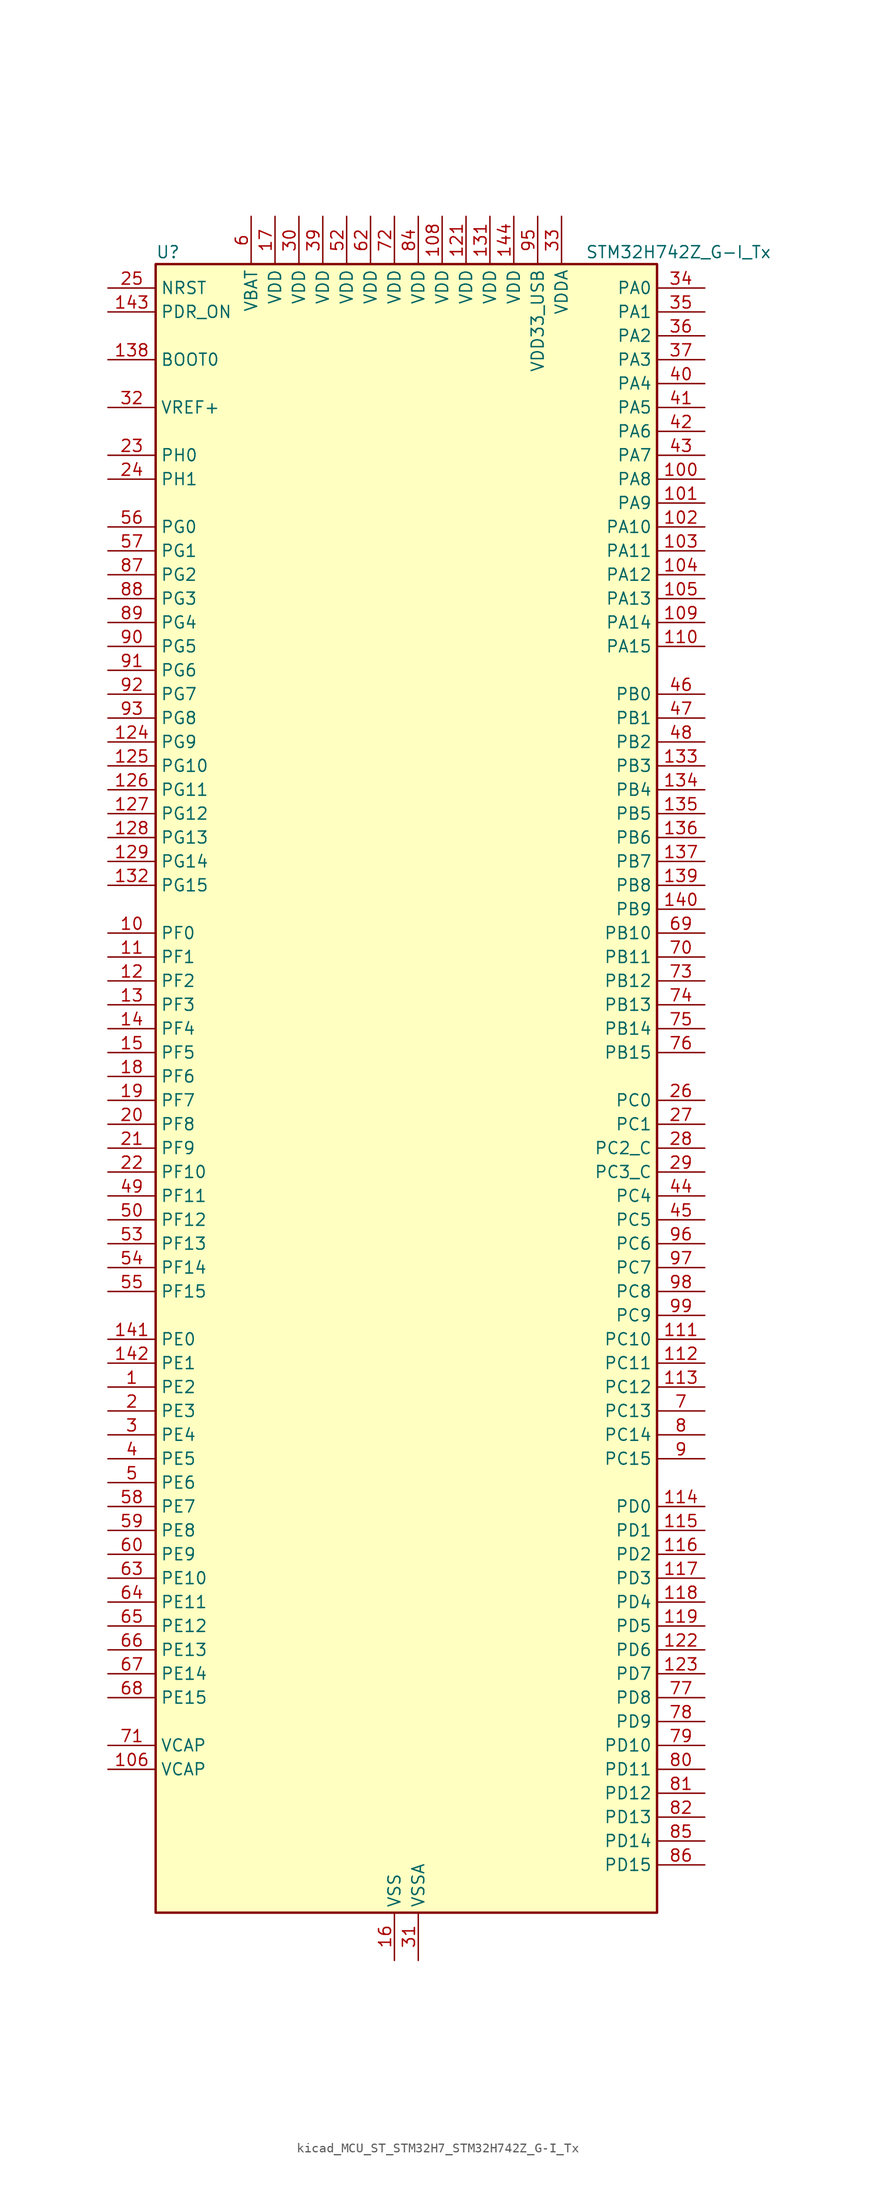
<source format=kicad_sym>
(kicad_symbol_lib
  (version 20220914)
  (generator kicad_symbol_editor)
  (symbol "kicad_MCU_ST_STM32H7_STM32H742Z_G-I_Tx"
    (property "Reference" "U"
      (at -25.4 90.17 0)
      (effects (font (size 1.27 1.27)) (justify left)))
    (property "Value" "STM32H742Z_G-I_Tx"
      (at 20.32 90.17 0)
      (effects (font (size 1.27 1.27)) (justify left)))
    (property "ki_locked" ""
      (at 0 0 0)
      (effects (font (size 1.27 1.27))))
    (symbol "kicad_MCU_ST_STM32H7_STM32H742Z_G-I_Tx_0_1"
      (rectangle (start -25.4 -86.36) (end 27.94 88.9) (stroke (width 0.254) (type default)) (fill (type background))))
    (symbol "kicad_MCU_ST_STM32H7_STM32H742Z_G-I_Tx_1_1"
      (pin bidirectional line (at -30.48 -30.48 0) (length 5.08) (name "PE2" (effects (font (size 1.27 1.27)))) (number "1" (effects (font (size 1.27 1.27)))) (alternate "DEBUG_TRACECLK" bidirectional line) (alternate "ETH_TXD3" bidirectional line) (alternate "FMC_A23" bidirectional line) (alternate "QUADSPI_BK1_IO2" bidirectional line) (alternate "SAI1_CK1" bidirectional line) (alternate "SAI1_MCLK_A" bidirectional line) (alternate "SAI4_CK1" bidirectional line) (alternate "SAI4_MCLK_A" bidirectional line) (alternate "SPI4_SCK" bidirectional line))
      (pin bidirectional line (at -30.48 17.78 0) (length 5.08) (name "PF0" (effects (font (size 1.27 1.27)))) (number "10" (effects (font (size 1.27 1.27)))) (alternate "FMC_A0" bidirectional line) (alternate "I2C2_SDA" bidirectional line))
      (pin bidirectional line (at 33.02 66.04 180) (length 5.08) (name "PA8" (effects (font (size 1.27 1.27)))) (number "100" (effects (font (size 1.27 1.27)))) (alternate "HRTIM_CHB2" bidirectional line) (alternate "I2C3_SCL" bidirectional line) (alternate "RCC_MCO_1" bidirectional line) (alternate "TIM1_CH1" bidirectional line) (alternate "TIM8_BKIN2" bidirectional line) (alternate "TIM8_BKIN2_COMP1" bidirectional line) (alternate "TIM8_BKIN2_COMP2" bidirectional line) (alternate "UART7_RX" bidirectional line) (alternate "USART1_CK" bidirectional line) (alternate "USB_OTG_FS_SOF" bidirectional line))
      (pin bidirectional line (at 33.02 63.5 180) (length 5.08) (name "PA9" (effects (font (size 1.27 1.27)))) (number "101" (effects (font (size 1.27 1.27)))) (alternate "DAC1_EXTI9" bidirectional line) (alternate "DCMI_D0" bidirectional line) (alternate "HRTIM_CHC1" bidirectional line) (alternate "I2C3_SMBA" bidirectional line) (alternate "I2S2_CK" bidirectional line) (alternate "LPUART1_TX" bidirectional line) (alternate "SPI2_SCK" bidirectional line) (alternate "TIM1_CH2" bidirectional line) (alternate "USART1_TX" bidirectional line) (alternate "USB_OTG_FS_VBUS" bidirectional line))
      (pin bidirectional line (at 33.02 60.96 180) (length 5.08) (name "PA10" (effects (font (size 1.27 1.27)))) (number "102" (effects (font (size 1.27 1.27)))) (alternate "DCMI_D1" bidirectional line) (alternate "HRTIM_CHC2" bidirectional line) (alternate "LPUART1_RX" bidirectional line) (alternate "MDIOS_MDIO" bidirectional line) (alternate "TIM1_CH3" bidirectional line) (alternate "USART1_RX" bidirectional line) (alternate "USB_OTG_FS_ID" bidirectional line))
      (pin bidirectional line (at 33.02 58.42 180) (length 5.08) (name "PA11" (effects (font (size 1.27 1.27)))) (number "103" (effects (font (size 1.27 1.27)))) (alternate "ADC1_EXTI11" bidirectional line) (alternate "ADC2_EXTI11" bidirectional line) (alternate "ADC3_EXTI11" bidirectional line) (alternate "FDCAN1_RX" bidirectional line) (alternate "HRTIM_CHD1" bidirectional line) (alternate "I2S2_WS" bidirectional line) (alternate "LPUART1_CTS" bidirectional line) (alternate "SPI2_NSS" bidirectional line) (alternate "TIM1_CH4" bidirectional line) (alternate "UART4_RX" bidirectional line) (alternate "USART1_CTS" bidirectional line) (alternate "USART1_NSS" bidirectional line) (alternate "USB_OTG_FS_DM" bidirectional line))
      (pin bidirectional line (at 33.02 55.88 180) (length 5.08) (name "PA12" (effects (font (size 1.27 1.27)))) (number "104" (effects (font (size 1.27 1.27)))) (alternate "FDCAN1_TX" bidirectional line) (alternate "HRTIM_CHD2" bidirectional line) (alternate "I2S2_CK" bidirectional line) (alternate "LPUART1_DE" bidirectional line) (alternate "LPUART1_RTS" bidirectional line) (alternate "SAI2_FS_B" bidirectional line) (alternate "SPI2_SCK" bidirectional line) (alternate "TIM1_ETR" bidirectional line) (alternate "UART4_TX" bidirectional line) (alternate "USART1_DE" bidirectional line) (alternate "USART1_RTS" bidirectional line) (alternate "USB_OTG_FS_DP" bidirectional line))
      (pin bidirectional line (at 33.02 53.34 180) (length 5.08) (name "PA13" (effects (font (size 1.27 1.27)))) (number "105" (effects (font (size 1.27 1.27)))) (alternate "DEBUG_JTMS-SWDIO" bidirectional line))
      (pin power_out line (at -30.48 -71.12 0) (length 5.08) (name "VCAP" (effects (font (size 1.27 1.27)))) (number "106" (effects (font (size 1.27 1.27)))))
      (pin passive line (at 0 -91.44 90) (length 5.08) hide (name "VSS" (effects (font (size 1.27 1.27)))) (number "107" (effects (font (size 1.27 1.27)))))
      (pin power_in line (at 5.08 93.98 270) (length 5.08) (name "VDD" (effects (font (size 1.27 1.27)))) (number "108" (effects (font (size 1.27 1.27)))))
      (pin bidirectional line (at 33.02 50.8 180) (length 5.08) (name "PA14" (effects (font (size 1.27 1.27)))) (number "109" (effects (font (size 1.27 1.27)))) (alternate "DEBUG_JTCK-SWCLK" bidirectional line))
      (pin bidirectional line (at -30.48 15.24 0) (length 5.08) (name "PF1" (effects (font (size 1.27 1.27)))) (number "11" (effects (font (size 1.27 1.27)))) (alternate "FMC_A1" bidirectional line) (alternate "I2C2_SCL" bidirectional line))
      (pin bidirectional line (at 33.02 48.26 180) (length 5.08) (name "PA15" (effects (font (size 1.27 1.27)))) (number "110" (effects (font (size 1.27 1.27)))) (alternate "ADC1_EXTI15" bidirectional line) (alternate "ADC2_EXTI15" bidirectional line) (alternate "ADC3_EXTI15" bidirectional line) (alternate "CEC" bidirectional line) (alternate "DEBUG_JTDI" bidirectional line) (alternate "HRTIM_FLT1" bidirectional line) (alternate "I2S1_WS" bidirectional line) (alternate "I2S3_WS" bidirectional line) (alternate "SPI1_NSS" bidirectional line) (alternate "SPI3_NSS" bidirectional line) (alternate "SPI6_NSS" bidirectional line) (alternate "TIM2_CH1" bidirectional line) (alternate "TIM2_ETR" bidirectional line) (alternate "UART4_DE" bidirectional line) (alternate "UART4_RTS" bidirectional line) (alternate "UART7_TX" bidirectional line))
      (pin bidirectional line (at 33.02 -25.4 180) (length 5.08) (name "PC10" (effects (font (size 1.27 1.27)))) (number "111" (effects (font (size 1.27 1.27)))) (alternate "DCMI_D8" bidirectional line) (alternate "DFSDM1_CKIN5" bidirectional line) (alternate "HRTIM_EEV1" bidirectional line) (alternate "I2S3_CK" bidirectional line) (alternate "QUADSPI_BK1_IO1" bidirectional line) (alternate "SDMMC1_D2" bidirectional line) (alternate "SPI3_SCK" bidirectional line) (alternate "UART4_TX" bidirectional line) (alternate "USART3_TX" bidirectional line))
      (pin bidirectional line (at 33.02 -27.94 180) (length 5.08) (name "PC11" (effects (font (size 1.27 1.27)))) (number "112" (effects (font (size 1.27 1.27)))) (alternate "ADC1_EXTI11" bidirectional line) (alternate "ADC2_EXTI11" bidirectional line) (alternate "ADC3_EXTI11" bidirectional line) (alternate "DCMI_D4" bidirectional line) (alternate "DFSDM1_DATIN5" bidirectional line) (alternate "HRTIM_FLT2" bidirectional line) (alternate "I2S3_SDI" bidirectional line) (alternate "QUADSPI_BK2_NCS" bidirectional line) (alternate "SDMMC1_D3" bidirectional line) (alternate "SPI3_MISO" bidirectional line) (alternate "UART4_RX" bidirectional line) (alternate "USART3_RX" bidirectional line))
      (pin bidirectional line (at 33.02 -30.48 180) (length 5.08) (name "PC12" (effects (font (size 1.27 1.27)))) (number "113" (effects (font (size 1.27 1.27)))) (alternate "DCMI_D9" bidirectional line) (alternate "DEBUG_TRACED3" bidirectional line) (alternate "HRTIM_EEV2" bidirectional line) (alternate "I2S3_SDO" bidirectional line) (alternate "SDMMC1_CK" bidirectional line) (alternate "SPI3_MOSI" bidirectional line) (alternate "UART5_TX" bidirectional line) (alternate "USART3_CK" bidirectional line))
      (pin bidirectional line (at 33.02 -43.18 180) (length 5.08) (name "PD0" (effects (font (size 1.27 1.27)))) (number "114" (effects (font (size 1.27 1.27)))) (alternate "DFSDM1_CKIN6" bidirectional line) (alternate "FDCAN1_RX" bidirectional line) (alternate "FMC_D2" bidirectional line) (alternate "FMC_DA2" bidirectional line) (alternate "SAI3_SCK_A" bidirectional line) (alternate "UART4_RX" bidirectional line))
      (pin bidirectional line (at 33.02 -45.72 180) (length 5.08) (name "PD1" (effects (font (size 1.27 1.27)))) (number "115" (effects (font (size 1.27 1.27)))) (alternate "DFSDM1_DATIN6" bidirectional line) (alternate "FDCAN1_TX" bidirectional line) (alternate "FMC_D3" bidirectional line) (alternate "FMC_DA3" bidirectional line) (alternate "SAI3_SD_A" bidirectional line) (alternate "UART4_TX" bidirectional line))
      (pin bidirectional line (at 33.02 -48.26 180) (length 5.08) (name "PD2" (effects (font (size 1.27 1.27)))) (number "116" (effects (font (size 1.27 1.27)))) (alternate "DCMI_D11" bidirectional line) (alternate "DEBUG_TRACED2" bidirectional line) (alternate "SDMMC1_CMD" bidirectional line) (alternate "TIM3_ETR" bidirectional line) (alternate "UART5_RX" bidirectional line))
      (pin bidirectional line (at 33.02 -50.8 180) (length 5.08) (name "PD3" (effects (font (size 1.27 1.27)))) (number "117" (effects (font (size 1.27 1.27)))) (alternate "DCMI_D5" bidirectional line) (alternate "DFSDM1_CKOUT" bidirectional line) (alternate "FMC_CLK" bidirectional line) (alternate "I2S2_CK" bidirectional line) (alternate "SPI2_SCK" bidirectional line) (alternate "USART2_CTS" bidirectional line) (alternate "USART2_NSS" bidirectional line))
      (pin bidirectional line (at 33.02 -53.34 180) (length 5.08) (name "PD4" (effects (font (size 1.27 1.27)))) (number "118" (effects (font (size 1.27 1.27)))) (alternate "FMC_NOE" bidirectional line) (alternate "HRTIM_FLT3" bidirectional line) (alternate "SAI3_FS_A" bidirectional line) (alternate "USART2_DE" bidirectional line) (alternate "USART2_RTS" bidirectional line))
      (pin bidirectional line (at 33.02 -55.88 180) (length 5.08) (name "PD5" (effects (font (size 1.27 1.27)))) (number "119" (effects (font (size 1.27 1.27)))) (alternate "FMC_NWE" bidirectional line) (alternate "HRTIM_EEV3" bidirectional line) (alternate "USART2_TX" bidirectional line))
      (pin bidirectional line (at -30.48 12.7 0) (length 5.08) (name "PF2" (effects (font (size 1.27 1.27)))) (number "12" (effects (font (size 1.27 1.27)))) (alternate "FMC_A2" bidirectional line) (alternate "I2C2_SMBA" bidirectional line))
      (pin passive line (at 0 -91.44 90) (length 5.08) hide (name "VSS" (effects (font (size 1.27 1.27)))) (number "120" (effects (font (size 1.27 1.27)))))
      (pin power_in line (at 7.62 93.98 270) (length 5.08) (name "VDD" (effects (font (size 1.27 1.27)))) (number "121" (effects (font (size 1.27 1.27)))))
      (pin bidirectional line (at 33.02 -58.42 180) (length 5.08) (name "PD6" (effects (font (size 1.27 1.27)))) (number "122" (effects (font (size 1.27 1.27)))) (alternate "DCMI_D10" bidirectional line) (alternate "DFSDM1_CKIN4" bidirectional line) (alternate "DFSDM1_DATIN1" bidirectional line) (alternate "FMC_NWAIT" bidirectional line) (alternate "I2S3_SDO" bidirectional line) (alternate "SAI1_D1" bidirectional line) (alternate "SAI1_SD_A" bidirectional line) (alternate "SAI4_D1" bidirectional line) (alternate "SAI4_SD_A" bidirectional line) (alternate "SDMMC2_CK" bidirectional line) (alternate "SPI3_MOSI" bidirectional line) (alternate "USART2_RX" bidirectional line))
      (pin bidirectional line (at 33.02 -60.96 180) (length 5.08) (name "PD7" (effects (font (size 1.27 1.27)))) (number "123" (effects (font (size 1.27 1.27)))) (alternate "DFSDM1_CKIN1" bidirectional line) (alternate "DFSDM1_DATIN4" bidirectional line) (alternate "FMC_NE1" bidirectional line) (alternate "I2S1_SDO" bidirectional line) (alternate "SDMMC2_CMD" bidirectional line) (alternate "SPDIFRX1_IN0" bidirectional line) (alternate "SPI1_MOSI" bidirectional line) (alternate "USART2_CK" bidirectional line))
      (pin bidirectional line (at -30.48 38.1 0) (length 5.08) (name "PG9" (effects (font (size 1.27 1.27)))) (number "124" (effects (font (size 1.27 1.27)))) (alternate "DAC1_EXTI9" bidirectional line) (alternate "DCMI_VSYNC" bidirectional line) (alternate "FMC_NCE" bidirectional line) (alternate "FMC_NE2" bidirectional line) (alternate "I2S1_SDI" bidirectional line) (alternate "QUADSPI_BK2_IO2" bidirectional line) (alternate "SAI2_FS_B" bidirectional line) (alternate "SPDIFRX1_IN3" bidirectional line) (alternate "SPI1_MISO" bidirectional line) (alternate "USART6_RX" bidirectional line))
      (pin bidirectional line (at -30.48 35.56 0) (length 5.08) (name "PG10" (effects (font (size 1.27 1.27)))) (number "125" (effects (font (size 1.27 1.27)))) (alternate "DCMI_D2" bidirectional line) (alternate "FMC_NE3" bidirectional line) (alternate "HRTIM_FLT5" bidirectional line) (alternate "I2S1_WS" bidirectional line) (alternate "SAI2_SD_B" bidirectional line) (alternate "SPI1_NSS" bidirectional line))
      (pin bidirectional line (at -30.48 33.02 0) (length 5.08) (name "PG11" (effects (font (size 1.27 1.27)))) (number "126" (effects (font (size 1.27 1.27)))) (alternate "ADC1_EXTI11" bidirectional line) (alternate "ADC2_EXTI11" bidirectional line) (alternate "ADC3_EXTI11" bidirectional line) (alternate "DCMI_D3" bidirectional line) (alternate "ETH_TX_EN" bidirectional line) (alternate "HRTIM_EEV4" bidirectional line) (alternate "I2S1_CK" bidirectional line) (alternate "LPTIM1_IN2" bidirectional line) (alternate "SDMMC2_D2" bidirectional line) (alternate "SPDIFRX1_IN0" bidirectional line) (alternate "SPI1_SCK" bidirectional line))
      (pin bidirectional line (at -30.48 30.48 0) (length 5.08) (name "PG12" (effects (font (size 1.27 1.27)))) (number "127" (effects (font (size 1.27 1.27)))) (alternate "ETH_TXD1" bidirectional line) (alternate "FMC_NE4" bidirectional line) (alternate "HRTIM_EEV5" bidirectional line) (alternate "LPTIM1_IN1" bidirectional line) (alternate "SPDIFRX1_IN1" bidirectional line) (alternate "SPI6_MISO" bidirectional line) (alternate "USART6_DE" bidirectional line) (alternate "USART6_RTS" bidirectional line))
      (pin bidirectional line (at -30.48 27.94 0) (length 5.08) (name "PG13" (effects (font (size 1.27 1.27)))) (number "128" (effects (font (size 1.27 1.27)))) (alternate "DEBUG_TRACED0" bidirectional line) (alternate "ETH_TXD0" bidirectional line) (alternate "FMC_A24" bidirectional line) (alternate "HRTIM_EEV10" bidirectional line) (alternate "LPTIM1_OUT" bidirectional line) (alternate "SPI6_SCK" bidirectional line) (alternate "USART6_CTS" bidirectional line) (alternate "USART6_NSS" bidirectional line))
      (pin bidirectional line (at -30.48 25.4 0) (length 5.08) (name "PG14" (effects (font (size 1.27 1.27)))) (number "129" (effects (font (size 1.27 1.27)))) (alternate "DEBUG_TRACED1" bidirectional line) (alternate "ETH_TXD1" bidirectional line) (alternate "FMC_A25" bidirectional line) (alternate "LPTIM1_ETR" bidirectional line) (alternate "QUADSPI_BK2_IO3" bidirectional line) (alternate "SPI6_MOSI" bidirectional line) (alternate "USART6_TX" bidirectional line))
      (pin bidirectional line (at -30.48 10.16 0) (length 5.08) (name "PF3" (effects (font (size 1.27 1.27)))) (number "13" (effects (font (size 1.27 1.27)))) (alternate "ADC3_INP5" bidirectional line) (alternate "FMC_A3" bidirectional line))
      (pin passive line (at 0 -91.44 90) (length 5.08) hide (name "VSS" (effects (font (size 1.27 1.27)))) (number "130" (effects (font (size 1.27 1.27)))))
      (pin power_in line (at 10.16 93.98 270) (length 5.08) (name "VDD" (effects (font (size 1.27 1.27)))) (number "131" (effects (font (size 1.27 1.27)))))
      (pin bidirectional line (at -30.48 22.86 0) (length 5.08) (name "PG15" (effects (font (size 1.27 1.27)))) (number "132" (effects (font (size 1.27 1.27)))) (alternate "ADC1_EXTI15" bidirectional line) (alternate "ADC2_EXTI15" bidirectional line) (alternate "ADC3_EXTI15" bidirectional line) (alternate "DCMI_D13" bidirectional line) (alternate "FMC_SDNCAS" bidirectional line) (alternate "USART6_CTS" bidirectional line) (alternate "USART6_NSS" bidirectional line))
      (pin bidirectional line (at 33.02 35.56 180) (length 5.08) (name "PB3" (effects (font (size 1.27 1.27)))) (number "133" (effects (font (size 1.27 1.27)))) (alternate "CRS_SYNC" bidirectional line) (alternate "DEBUG_JTDO-SWO" bidirectional line) (alternate "HRTIM_FLT4" bidirectional line) (alternate "I2S1_CK" bidirectional line) (alternate "I2S3_CK" bidirectional line) (alternate "SDMMC2_D2" bidirectional line) (alternate "SPI1_SCK" bidirectional line) (alternate "SPI3_SCK" bidirectional line) (alternate "SPI6_SCK" bidirectional line) (alternate "TIM2_CH2" bidirectional line) (alternate "UART7_RX" bidirectional line))
      (pin bidirectional line (at 33.02 33.02 180) (length 5.08) (name "PB4" (effects (font (size 1.27 1.27)))) (number "134" (effects (font (size 1.27 1.27)))) (alternate "DEBUG_JTRST" bidirectional line) (alternate "HRTIM_EEV6" bidirectional line) (alternate "I2S1_SDI" bidirectional line) (alternate "I2S2_WS" bidirectional line) (alternate "I2S3_SDI" bidirectional line) (alternate "SDMMC2_D3" bidirectional line) (alternate "SPI1_MISO" bidirectional line) (alternate "SPI2_NSS" bidirectional line) (alternate "SPI3_MISO" bidirectional line) (alternate "SPI6_MISO" bidirectional line) (alternate "TIM16_BKIN" bidirectional line) (alternate "TIM3_CH1" bidirectional line) (alternate "UART7_TX" bidirectional line))
      (pin bidirectional line (at 33.02 30.48 180) (length 5.08) (name "PB5" (effects (font (size 1.27 1.27)))) (number "135" (effects (font (size 1.27 1.27)))) (alternate "DCMI_D10" bidirectional line) (alternate "ETH_PPS_OUT" bidirectional line) (alternate "FDCAN2_RX" bidirectional line) (alternate "FMC_SDCKE1" bidirectional line) (alternate "HRTIM_EEV7" bidirectional line) (alternate "I2C1_SMBA" bidirectional line) (alternate "I2C4_SMBA" bidirectional line) (alternate "I2S1_SDO" bidirectional line) (alternate "I2S3_SDO" bidirectional line) (alternate "SPI1_MOSI" bidirectional line) (alternate "SPI3_MOSI" bidirectional line) (alternate "SPI6_MOSI" bidirectional line) (alternate "TIM17_BKIN" bidirectional line) (alternate "TIM3_CH2" bidirectional line) (alternate "UART5_RX" bidirectional line) (alternate "USB_OTG_HS_ULPI_D7" bidirectional line))
      (pin bidirectional line (at 33.02 27.94 180) (length 5.08) (name "PB6" (effects (font (size 1.27 1.27)))) (number "136" (effects (font (size 1.27 1.27)))) (alternate "CEC" bidirectional line) (alternate "DCMI_D5" bidirectional line) (alternate "DFSDM1_DATIN5" bidirectional line) (alternate "FDCAN2_TX" bidirectional line) (alternate "FMC_SDNE1" bidirectional line) (alternate "HRTIM_EEV8" bidirectional line) (alternate "I2C1_SCL" bidirectional line) (alternate "I2C4_SCL" bidirectional line) (alternate "LPUART1_TX" bidirectional line) (alternate "QUADSPI_BK1_NCS" bidirectional line) (alternate "TIM16_CH1N" bidirectional line) (alternate "TIM4_CH1" bidirectional line) (alternate "UART5_TX" bidirectional line) (alternate "USART1_TX" bidirectional line))
      (pin bidirectional line (at 33.02 25.4 180) (length 5.08) (name "PB7" (effects (font (size 1.27 1.27)))) (number "137" (effects (font (size 1.27 1.27)))) (alternate "DCMI_VSYNC" bidirectional line) (alternate "DFSDM1_CKIN5" bidirectional line) (alternate "FMC_NL" bidirectional line) (alternate "HRTIM_EEV9" bidirectional line) (alternate "I2C1_SDA" bidirectional line) (alternate "I2C4_SDA" bidirectional line) (alternate "LPUART1_RX" bidirectional line) (alternate "PWR_PVD_IN" bidirectional line) (alternate "TIM17_CH1N" bidirectional line) (alternate "TIM4_CH2" bidirectional line) (alternate "USART1_RX" bidirectional line))
      (pin input line (at -30.48 78.74 0) (length 5.08) (name "BOOT0" (effects (font (size 1.27 1.27)))) (number "138" (effects (font (size 1.27 1.27)))))
      (pin bidirectional line (at 33.02 22.86 180) (length 5.08) (name "PB8" (effects (font (size 1.27 1.27)))) (number "139" (effects (font (size 1.27 1.27)))) (alternate "DCMI_D6" bidirectional line) (alternate "DFSDM1_CKIN7" bidirectional line) (alternate "ETH_TXD3" bidirectional line) (alternate "FDCAN1_RX" bidirectional line) (alternate "I2C1_SCL" bidirectional line) (alternate "I2C4_SCL" bidirectional line) (alternate "SDMMC1_CKIN" bidirectional line) (alternate "SDMMC1_D4" bidirectional line) (alternate "SDMMC2_D4" bidirectional line) (alternate "TIM16_CH1" bidirectional line) (alternate "TIM4_CH3" bidirectional line) (alternate "UART4_RX" bidirectional line))
      (pin bidirectional line (at -30.48 7.62 0) (length 5.08) (name "PF4" (effects (font (size 1.27 1.27)))) (number "14" (effects (font (size 1.27 1.27)))) (alternate "ADC3_INN5" bidirectional line) (alternate "ADC3_INP9" bidirectional line) (alternate "FMC_A4" bidirectional line))
      (pin bidirectional line (at 33.02 20.32 180) (length 5.08) (name "PB9" (effects (font (size 1.27 1.27)))) (number "140" (effects (font (size 1.27 1.27)))) (alternate "DAC1_EXTI9" bidirectional line) (alternate "DCMI_D7" bidirectional line) (alternate "DFSDM1_DATIN7" bidirectional line) (alternate "FDCAN1_TX" bidirectional line) (alternate "I2C1_SDA" bidirectional line) (alternate "I2C4_SDA" bidirectional line) (alternate "I2C4_SMBA" bidirectional line) (alternate "I2S2_WS" bidirectional line) (alternate "SDMMC1_CDIR" bidirectional line) (alternate "SDMMC1_D5" bidirectional line) (alternate "SDMMC2_D5" bidirectional line) (alternate "SPI2_NSS" bidirectional line) (alternate "TIM17_CH1" bidirectional line) (alternate "TIM4_CH4" bidirectional line) (alternate "UART4_TX" bidirectional line))
      (pin bidirectional line (at -30.48 -25.4 0) (length 5.08) (name "PE0" (effects (font (size 1.27 1.27)))) (number "141" (effects (font (size 1.27 1.27)))) (alternate "DCMI_D2" bidirectional line) (alternate "FMC_NBL0" bidirectional line) (alternate "HRTIM_SCIN" bidirectional line) (alternate "LPTIM1_ETR" bidirectional line) (alternate "LPTIM2_ETR" bidirectional line) (alternate "SAI2_MCLK_A" bidirectional line) (alternate "TIM4_ETR" bidirectional line) (alternate "UART8_RX" bidirectional line))
      (pin bidirectional line (at -30.48 -27.94 0) (length 5.08) (name "PE1" (effects (font (size 1.27 1.27)))) (number "142" (effects (font (size 1.27 1.27)))) (alternate "DCMI_D3" bidirectional line) (alternate "FMC_NBL1" bidirectional line) (alternate "HRTIM_SCOUT" bidirectional line) (alternate "LPTIM1_IN2" bidirectional line) (alternate "UART8_TX" bidirectional line))
      (pin input line (at -30.48 83.82 0) (length 5.08) (name "PDR_ON" (effects (font (size 1.27 1.27)))) (number "143" (effects (font (size 1.27 1.27)))))
      (pin power_in line (at 12.7 93.98 270) (length 5.08) (name "VDD" (effects (font (size 1.27 1.27)))) (number "144" (effects (font (size 1.27 1.27)))))
      (pin bidirectional line (at -30.48 5.08 0) (length 5.08) (name "PF5" (effects (font (size 1.27 1.27)))) (number "15" (effects (font (size 1.27 1.27)))) (alternate "ADC3_INP4" bidirectional line) (alternate "FMC_A5" bidirectional line))
      (pin power_in line (at 0 -91.44 90) (length 5.08) (name "VSS" (effects (font (size 1.27 1.27)))) (number "16" (effects (font (size 1.27 1.27)))))
      (pin power_in line (at -12.7 93.98 270) (length 5.08) (name "VDD" (effects (font (size 1.27 1.27)))) (number "17" (effects (font (size 1.27 1.27)))))
      (pin bidirectional line (at -30.48 2.54 0) (length 5.08) (name "PF6" (effects (font (size 1.27 1.27)))) (number "18" (effects (font (size 1.27 1.27)))) (alternate "ADC3_INN4" bidirectional line) (alternate "ADC3_INP8" bidirectional line) (alternate "QUADSPI_BK1_IO3" bidirectional line) (alternate "SAI1_SD_B" bidirectional line) (alternate "SAI4_SD_B" bidirectional line) (alternate "SPI5_NSS" bidirectional line) (alternate "TIM16_CH1" bidirectional line) (alternate "UART7_RX" bidirectional line))
      (pin bidirectional line (at -30.48 0 0) (length 5.08) (name "PF7" (effects (font (size 1.27 1.27)))) (number "19" (effects (font (size 1.27 1.27)))) (alternate "ADC3_INP3" bidirectional line) (alternate "QUADSPI_BK1_IO2" bidirectional line) (alternate "SAI1_MCLK_B" bidirectional line) (alternate "SAI4_MCLK_B" bidirectional line) (alternate "SPI5_SCK" bidirectional line) (alternate "TIM17_CH1" bidirectional line) (alternate "UART7_TX" bidirectional line))
      (pin bidirectional line (at -30.48 -33.02 0) (length 5.08) (name "PE3" (effects (font (size 1.27 1.27)))) (number "2" (effects (font (size 1.27 1.27)))) (alternate "DEBUG_TRACED0" bidirectional line) (alternate "FMC_A19" bidirectional line) (alternate "SAI1_SD_B" bidirectional line) (alternate "SAI4_SD_B" bidirectional line) (alternate "TIM15_BKIN" bidirectional line))
      (pin bidirectional line (at -30.48 -2.54 0) (length 5.08) (name "PF8" (effects (font (size 1.27 1.27)))) (number "20" (effects (font (size 1.27 1.27)))) (alternate "ADC3_INN3" bidirectional line) (alternate "ADC3_INP7" bidirectional line) (alternate "QUADSPI_BK1_IO0" bidirectional line) (alternate "SAI1_SCK_B" bidirectional line) (alternate "SAI4_SCK_B" bidirectional line) (alternate "SPI5_MISO" bidirectional line) (alternate "TIM13_CH1" bidirectional line) (alternate "TIM16_CH1N" bidirectional line) (alternate "UART7_DE" bidirectional line) (alternate "UART7_RTS" bidirectional line))
      (pin bidirectional line (at -30.48 -5.08 0) (length 5.08) (name "PF9" (effects (font (size 1.27 1.27)))) (number "21" (effects (font (size 1.27 1.27)))) (alternate "ADC3_INP2" bidirectional line) (alternate "DAC1_EXTI9" bidirectional line) (alternate "QUADSPI_BK1_IO1" bidirectional line) (alternate "SAI1_FS_B" bidirectional line) (alternate "SAI4_FS_B" bidirectional line) (alternate "SPI5_MOSI" bidirectional line) (alternate "TIM14_CH1" bidirectional line) (alternate "TIM17_CH1N" bidirectional line) (alternate "UART7_CTS" bidirectional line))
      (pin bidirectional line (at -30.48 -7.62 0) (length 5.08) (name "PF10" (effects (font (size 1.27 1.27)))) (number "22" (effects (font (size 1.27 1.27)))) (alternate "ADC3_INN2" bidirectional line) (alternate "ADC3_INP6" bidirectional line) (alternate "DCMI_D11" bidirectional line) (alternate "QUADSPI_CLK" bidirectional line) (alternate "SAI1_D3" bidirectional line) (alternate "SAI4_D3" bidirectional line) (alternate "TIM16_BKIN" bidirectional line))
      (pin bidirectional line (at -30.48 68.58 0) (length 5.08) (name "PH0" (effects (font (size 1.27 1.27)))) (number "23" (effects (font (size 1.27 1.27)))) (alternate "RCC_OSC_IN" bidirectional line))
      (pin bidirectional line (at -30.48 66.04 0) (length 5.08) (name "PH1" (effects (font (size 1.27 1.27)))) (number "24" (effects (font (size 1.27 1.27)))) (alternate "RCC_OSC_OUT" bidirectional line))
      (pin input line (at -30.48 86.36 0) (length 5.08) (name "NRST" (effects (font (size 1.27 1.27)))) (number "25" (effects (font (size 1.27 1.27)))))
      (pin bidirectional line (at 33.02 0 180) (length 5.08) (name "PC0" (effects (font (size 1.27 1.27)))) (number "26" (effects (font (size 1.27 1.27)))) (alternate "ADC1_INP10" bidirectional line) (alternate "ADC2_INP10" bidirectional line) (alternate "ADC3_INP10" bidirectional line) (alternate "DFSDM1_CKIN0" bidirectional line) (alternate "DFSDM1_DATIN4" bidirectional line) (alternate "FMC_SDNWE" bidirectional line) (alternate "SAI2_FS_B" bidirectional line) (alternate "USB_OTG_HS_ULPI_STP" bidirectional line))
      (pin bidirectional line (at 33.02 -2.54 180) (length 5.08) (name "PC1" (effects (font (size 1.27 1.27)))) (number "27" (effects (font (size 1.27 1.27)))) (alternate "ADC1_INN10" bidirectional line) (alternate "ADC1_INP11" bidirectional line) (alternate "ADC2_INN10" bidirectional line) (alternate "ADC2_INP11" bidirectional line) (alternate "ADC3_INN10" bidirectional line) (alternate "ADC3_INP11" bidirectional line) (alternate "DEBUG_TRACED0" bidirectional line) (alternate "DFSDM1_CKIN4" bidirectional line) (alternate "DFSDM1_DATIN0" bidirectional line) (alternate "ETH_MDC" bidirectional line) (alternate "I2S2_SDO" bidirectional line) (alternate "MDIOS_MDC" bidirectional line) (alternate "PWR_WKUP5" bidirectional line) (alternate "RTC_TAMP3" bidirectional line) (alternate "SAI1_D1" bidirectional line) (alternate "SAI1_SD_A" bidirectional line) (alternate "SAI4_D1" bidirectional line) (alternate "SAI4_SD_A" bidirectional line) (alternate "SDMMC2_CK" bidirectional line) (alternate "SPI2_MOSI" bidirectional line))
      (pin bidirectional line (at 33.02 -5.08 180) (length 5.08) (name "PC2_C" (effects (font (size 1.27 1.27)))) (number "28" (effects (font (size 1.27 1.27)))) (alternate "ADC3_INN1" bidirectional line) (alternate "ADC3_INP0" bidirectional line) (alternate "DFSDM1_CKIN1" bidirectional line) (alternate "DFSDM1_CKOUT" bidirectional line) (alternate "ETH_TXD2" bidirectional line) (alternate "FMC_SDNE0" bidirectional line) (alternate "I2S2_SDI" bidirectional line) (alternate "PWR_CSTOP" bidirectional line) (alternate "SPI2_MISO" bidirectional line) (alternate "USB_OTG_HS_ULPI_DIR" bidirectional line))
      (pin bidirectional line (at 33.02 -7.62 180) (length 5.08) (name "PC3_C" (effects (font (size 1.27 1.27)))) (number "29" (effects (font (size 1.27 1.27)))) (alternate "ADC3_INP1" bidirectional line) (alternate "DFSDM1_DATIN1" bidirectional line) (alternate "ETH_TX_CLK" bidirectional line) (alternate "FMC_SDCKE0" bidirectional line) (alternate "I2S2_SDO" bidirectional line) (alternate "PWR_CSLEEP" bidirectional line) (alternate "SPI2_MOSI" bidirectional line) (alternate "USB_OTG_HS_ULPI_NXT" bidirectional line))
      (pin bidirectional line (at -30.48 -35.56 0) (length 5.08) (name "PE4" (effects (font (size 1.27 1.27)))) (number "3" (effects (font (size 1.27 1.27)))) (alternate "DCMI_D4" bidirectional line) (alternate "DEBUG_TRACED1" bidirectional line) (alternate "DFSDM1_DATIN3" bidirectional line) (alternate "FMC_A20" bidirectional line) (alternate "SAI1_D2" bidirectional line) (alternate "SAI1_FS_A" bidirectional line) (alternate "SAI4_D2" bidirectional line) (alternate "SAI4_FS_A" bidirectional line) (alternate "SPI4_NSS" bidirectional line) (alternate "TIM15_CH1N" bidirectional line))
      (pin power_in line (at -10.16 93.98 270) (length 5.08) (name "VDD" (effects (font (size 1.27 1.27)))) (number "30" (effects (font (size 1.27 1.27)))))
      (pin power_in line (at 2.54 -91.44 90) (length 5.08) (name "VSSA" (effects (font (size 1.27 1.27)))) (number "31" (effects (font (size 1.27 1.27)))))
      (pin input line (at -30.48 73.66 0) (length 5.08) (name "VREF+" (effects (font (size 1.27 1.27)))) (number "32" (effects (font (size 1.27 1.27)))) (alternate "VREFBUF_OUT" bidirectional line))
      (pin power_in line (at 17.78 93.98 270) (length 5.08) (name "VDDA" (effects (font (size 1.27 1.27)))) (number "33" (effects (font (size 1.27 1.27)))))
      (pin bidirectional line (at 33.02 86.36 180) (length 5.08) (name "PA0" (effects (font (size 1.27 1.27)))) (number "34" (effects (font (size 1.27 1.27)))) (alternate "ADC1_INP16" bidirectional line) (alternate "ETH_CRS" bidirectional line) (alternate "PWR_WKUP0" bidirectional line) (alternate "SAI2_SD_B" bidirectional line) (alternate "SDMMC2_CMD" bidirectional line) (alternate "TIM15_BKIN" bidirectional line) (alternate "TIM2_CH1" bidirectional line) (alternate "TIM2_ETR" bidirectional line) (alternate "TIM5_CH1" bidirectional line) (alternate "TIM8_ETR" bidirectional line) (alternate "UART4_TX" bidirectional line) (alternate "USART2_CTS" bidirectional line) (alternate "USART2_NSS" bidirectional line))
      (pin bidirectional line (at 33.02 83.82 180) (length 5.08) (name "PA1" (effects (font (size 1.27 1.27)))) (number "35" (effects (font (size 1.27 1.27)))) (alternate "ADC1_INN16" bidirectional line) (alternate "ADC1_INP17" bidirectional line) (alternate "ETH_REF_CLK" bidirectional line) (alternate "ETH_RX_CLK" bidirectional line) (alternate "LPTIM3_OUT" bidirectional line) (alternate "QUADSPI_BK1_IO3" bidirectional line) (alternate "SAI2_MCLK_B" bidirectional line) (alternate "TIM15_CH1N" bidirectional line) (alternate "TIM2_CH2" bidirectional line) (alternate "TIM5_CH2" bidirectional line) (alternate "UART4_RX" bidirectional line) (alternate "USART2_DE" bidirectional line) (alternate "USART2_RTS" bidirectional line))
      (pin bidirectional line (at 33.02 81.28 180) (length 5.08) (name "PA2" (effects (font (size 1.27 1.27)))) (number "36" (effects (font (size 1.27 1.27)))) (alternate "ADC1_INP14" bidirectional line) (alternate "ADC2_INP14" bidirectional line) (alternate "ETH_MDIO" bidirectional line) (alternate "LPTIM4_OUT" bidirectional line) (alternate "MDIOS_MDIO" bidirectional line) (alternate "PWR_WKUP1" bidirectional line) (alternate "SAI2_SCK_B" bidirectional line) (alternate "TIM15_CH1" bidirectional line) (alternate "TIM2_CH3" bidirectional line) (alternate "TIM5_CH3" bidirectional line) (alternate "USART2_TX" bidirectional line))
      (pin bidirectional line (at 33.02 78.74 180) (length 5.08) (name "PA3" (effects (font (size 1.27 1.27)))) (number "37" (effects (font (size 1.27 1.27)))) (alternate "ADC1_INP15" bidirectional line) (alternate "ADC2_INP15" bidirectional line) (alternate "ETH_COL" bidirectional line) (alternate "LPTIM5_OUT" bidirectional line) (alternate "TIM15_CH2" bidirectional line) (alternate "TIM2_CH4" bidirectional line) (alternate "TIM5_CH4" bidirectional line) (alternate "USART2_RX" bidirectional line) (alternate "USB_OTG_HS_ULPI_D0" bidirectional line))
      (pin passive line (at 0 -91.44 90) (length 5.08) hide (name "VSS" (effects (font (size 1.27 1.27)))) (number "38" (effects (font (size 1.27 1.27)))))
      (pin power_in line (at -7.62 93.98 270) (length 5.08) (name "VDD" (effects (font (size 1.27 1.27)))) (number "39" (effects (font (size 1.27 1.27)))))
      (pin bidirectional line (at -30.48 -38.1 0) (length 5.08) (name "PE5" (effects (font (size 1.27 1.27)))) (number "4" (effects (font (size 1.27 1.27)))) (alternate "DCMI_D6" bidirectional line) (alternate "DEBUG_TRACED2" bidirectional line) (alternate "DFSDM1_CKIN3" bidirectional line) (alternate "FMC_A21" bidirectional line) (alternate "SAI1_CK2" bidirectional line) (alternate "SAI1_SCK_A" bidirectional line) (alternate "SAI4_CK2" bidirectional line) (alternate "SAI4_SCK_A" bidirectional line) (alternate "SPI4_MISO" bidirectional line) (alternate "TIM15_CH1" bidirectional line))
      (pin bidirectional line (at 33.02 76.2 180) (length 5.08) (name "PA4" (effects (font (size 1.27 1.27)))) (number "40" (effects (font (size 1.27 1.27)))) (alternate "ADC1_INP18" bidirectional line) (alternate "ADC2_INP18" bidirectional line) (alternate "DAC1_OUT1" bidirectional line) (alternate "DCMI_HSYNC" bidirectional line) (alternate "I2S1_WS" bidirectional line) (alternate "I2S3_WS" bidirectional line) (alternate "SPI1_NSS" bidirectional line) (alternate "SPI3_NSS" bidirectional line) (alternate "SPI6_NSS" bidirectional line) (alternate "TIM5_ETR" bidirectional line) (alternate "USART2_CK" bidirectional line) (alternate "USB_OTG_HS_SOF" bidirectional line))
      (pin bidirectional line (at 33.02 73.66 180) (length 5.08) (name "PA5" (effects (font (size 1.27 1.27)))) (number "41" (effects (font (size 1.27 1.27)))) (alternate "ADC1_INN18" bidirectional line) (alternate "ADC1_INP19" bidirectional line) (alternate "ADC2_INN18" bidirectional line) (alternate "ADC2_INP19" bidirectional line) (alternate "DAC1_OUT2" bidirectional line) (alternate "I2S1_CK" bidirectional line) (alternate "PWR_NDSTOP2" bidirectional line) (alternate "SPI1_SCK" bidirectional line) (alternate "SPI6_SCK" bidirectional line) (alternate "TIM2_CH1" bidirectional line) (alternate "TIM2_ETR" bidirectional line) (alternate "TIM8_CH1N" bidirectional line) (alternate "USB_OTG_HS_ULPI_CK" bidirectional line))
      (pin bidirectional line (at 33.02 71.12 180) (length 5.08) (name "PA6" (effects (font (size 1.27 1.27)))) (number "42" (effects (font (size 1.27 1.27)))) (alternate "ADC1_INP3" bidirectional line) (alternate "ADC2_INP3" bidirectional line) (alternate "DCMI_PIXCLK" bidirectional line) (alternate "I2S1_SDI" bidirectional line) (alternate "MDIOS_MDC" bidirectional line) (alternate "SPI1_MISO" bidirectional line) (alternate "SPI6_MISO" bidirectional line) (alternate "TIM13_CH1" bidirectional line) (alternate "TIM1_BKIN" bidirectional line) (alternate "TIM1_BKIN_COMP1" bidirectional line) (alternate "TIM1_BKIN_COMP2" bidirectional line) (alternate "TIM3_CH1" bidirectional line) (alternate "TIM8_BKIN" bidirectional line) (alternate "TIM8_BKIN_COMP1" bidirectional line) (alternate "TIM8_BKIN_COMP2" bidirectional line))
      (pin bidirectional line (at 33.02 68.58 180) (length 5.08) (name "PA7" (effects (font (size 1.27 1.27)))) (number "43" (effects (font (size 1.27 1.27)))) (alternate "ADC1_INN3" bidirectional line) (alternate "ADC1_INP7" bidirectional line) (alternate "ADC2_INN3" bidirectional line) (alternate "ADC2_INP7" bidirectional line) (alternate "ETH_CRS_DV" bidirectional line) (alternate "ETH_RX_DV" bidirectional line) (alternate "FMC_SDNWE" bidirectional line) (alternate "I2S1_SDO" bidirectional line) (alternate "OPAMP1_VINM" bidirectional line) (alternate "OPAMP1_VINM1" bidirectional line) (alternate "SPI1_MOSI" bidirectional line) (alternate "SPI6_MOSI" bidirectional line) (alternate "TIM14_CH1" bidirectional line) (alternate "TIM1_CH1N" bidirectional line) (alternate "TIM3_CH2" bidirectional line) (alternate "TIM8_CH1N" bidirectional line))
      (pin bidirectional line (at 33.02 -10.16 180) (length 5.08) (name "PC4" (effects (font (size 1.27 1.27)))) (number "44" (effects (font (size 1.27 1.27)))) (alternate "ADC1_INP4" bidirectional line) (alternate "ADC2_INP4" bidirectional line) (alternate "COMP1_INM" bidirectional line) (alternate "DFSDM1_CKIN2" bidirectional line) (alternate "ETH_RXD0" bidirectional line) (alternate "FMC_SDNE0" bidirectional line) (alternate "I2S1_MCK" bidirectional line) (alternate "OPAMP1_VOUT" bidirectional line) (alternate "SPDIFRX1_IN2" bidirectional line))
      (pin bidirectional line (at 33.02 -12.7 180) (length 5.08) (name "PC5" (effects (font (size 1.27 1.27)))) (number "45" (effects (font (size 1.27 1.27)))) (alternate "ADC1_INN4" bidirectional line) (alternate "ADC1_INP8" bidirectional line) (alternate "ADC2_INN4" bidirectional line) (alternate "ADC2_INP8" bidirectional line) (alternate "COMP1_OUT" bidirectional line) (alternate "DFSDM1_DATIN2" bidirectional line) (alternate "ETH_RXD1" bidirectional line) (alternate "FMC_SDCKE0" bidirectional line) (alternate "OPAMP1_VINM" bidirectional line) (alternate "OPAMP1_VINM0" bidirectional line) (alternate "SAI1_D3" bidirectional line) (alternate "SAI4_D3" bidirectional line) (alternate "SPDIFRX1_IN3" bidirectional line))
      (pin bidirectional line (at 33.02 43.18 180) (length 5.08) (name "PB0" (effects (font (size 1.27 1.27)))) (number "46" (effects (font (size 1.27 1.27)))) (alternate "ADC1_INN5" bidirectional line) (alternate "ADC1_INP9" bidirectional line) (alternate "ADC2_INN5" bidirectional line) (alternate "ADC2_INP9" bidirectional line) (alternate "COMP1_INP" bidirectional line) (alternate "DFSDM1_CKOUT" bidirectional line) (alternate "ETH_RXD2" bidirectional line) (alternate "OPAMP1_VINP" bidirectional line) (alternate "TIM1_CH2N" bidirectional line) (alternate "TIM3_CH3" bidirectional line) (alternate "TIM8_CH2N" bidirectional line) (alternate "UART4_CTS" bidirectional line) (alternate "USB_OTG_HS_ULPI_D1" bidirectional line))
      (pin bidirectional line (at 33.02 40.64 180) (length 5.08) (name "PB1" (effects (font (size 1.27 1.27)))) (number "47" (effects (font (size 1.27 1.27)))) (alternate "ADC1_INP5" bidirectional line) (alternate "ADC2_INP5" bidirectional line) (alternate "COMP1_INM" bidirectional line) (alternate "DFSDM1_DATIN1" bidirectional line) (alternate "ETH_RXD3" bidirectional line) (alternate "TIM1_CH3N" bidirectional line) (alternate "TIM3_CH4" bidirectional line) (alternate "TIM8_CH3N" bidirectional line) (alternate "USB_OTG_HS_ULPI_D2" bidirectional line))
      (pin bidirectional line (at 33.02 38.1 180) (length 5.08) (name "PB2" (effects (font (size 1.27 1.27)))) (number "48" (effects (font (size 1.27 1.27)))) (alternate "COMP1_INP" bidirectional line) (alternate "DFSDM1_CKIN1" bidirectional line) (alternate "I2S3_SDO" bidirectional line) (alternate "QUADSPI_CLK" bidirectional line) (alternate "RTC_OUT_ALARM" bidirectional line) (alternate "RTC_OUT_CALIB" bidirectional line) (alternate "SAI1_D1" bidirectional line) (alternate "SAI1_SD_A" bidirectional line) (alternate "SAI4_D1" bidirectional line) (alternate "SAI4_SD_A" bidirectional line) (alternate "SPI3_MOSI" bidirectional line))
      (pin bidirectional line (at -30.48 -10.16 0) (length 5.08) (name "PF11" (effects (font (size 1.27 1.27)))) (number "49" (effects (font (size 1.27 1.27)))) (alternate "ADC1_EXTI11" bidirectional line) (alternate "ADC1_INP2" bidirectional line) (alternate "ADC2_EXTI11" bidirectional line) (alternate "ADC3_EXTI11" bidirectional line) (alternate "DCMI_D12" bidirectional line) (alternate "FMC_SDNRAS" bidirectional line) (alternate "SAI2_SD_B" bidirectional line) (alternate "SPI5_MOSI" bidirectional line))
      (pin bidirectional line (at -30.48 -40.64 0) (length 5.08) (name "PE6" (effects (font (size 1.27 1.27)))) (number "5" (effects (font (size 1.27 1.27)))) (alternate "DCMI_D7" bidirectional line) (alternate "DEBUG_TRACED3" bidirectional line) (alternate "FMC_A22" bidirectional line) (alternate "SAI1_D1" bidirectional line) (alternate "SAI1_SD_A" bidirectional line) (alternate "SAI2_MCLK_B" bidirectional line) (alternate "SAI4_D1" bidirectional line) (alternate "SAI4_SD_A" bidirectional line) (alternate "SPI4_MOSI" bidirectional line) (alternate "TIM15_CH2" bidirectional line) (alternate "TIM1_BKIN2" bidirectional line) (alternate "TIM1_BKIN2_COMP1" bidirectional line) (alternate "TIM1_BKIN2_COMP2" bidirectional line))
      (pin bidirectional line (at -30.48 -12.7 0) (length 5.08) (name "PF12" (effects (font (size 1.27 1.27)))) (number "50" (effects (font (size 1.27 1.27)))) (alternate "ADC1_INN2" bidirectional line) (alternate "ADC1_INP6" bidirectional line) (alternate "FMC_A6" bidirectional line))
      (pin passive line (at 0 -91.44 90) (length 5.08) hide (name "VSS" (effects (font (size 1.27 1.27)))) (number "51" (effects (font (size 1.27 1.27)))))
      (pin power_in line (at -5.08 93.98 270) (length 5.08) (name "VDD" (effects (font (size 1.27 1.27)))) (number "52" (effects (font (size 1.27 1.27)))))
      (pin bidirectional line (at -30.48 -15.24 0) (length 5.08) (name "PF13" (effects (font (size 1.27 1.27)))) (number "53" (effects (font (size 1.27 1.27)))) (alternate "ADC2_INP2" bidirectional line) (alternate "DFSDM1_DATIN6" bidirectional line) (alternate "FMC_A7" bidirectional line) (alternate "I2C4_SMBA" bidirectional line))
      (pin bidirectional line (at -30.48 -17.78 0) (length 5.08) (name "PF14" (effects (font (size 1.27 1.27)))) (number "54" (effects (font (size 1.27 1.27)))) (alternate "ADC2_INN2" bidirectional line) (alternate "ADC2_INP6" bidirectional line) (alternate "DFSDM1_CKIN6" bidirectional line) (alternate "FMC_A8" bidirectional line) (alternate "I2C4_SCL" bidirectional line))
      (pin bidirectional line (at -30.48 -20.32 0) (length 5.08) (name "PF15" (effects (font (size 1.27 1.27)))) (number "55" (effects (font (size 1.27 1.27)))) (alternate "ADC1_EXTI15" bidirectional line) (alternate "ADC2_EXTI15" bidirectional line) (alternate "ADC3_EXTI15" bidirectional line) (alternate "FMC_A9" bidirectional line) (alternate "I2C4_SDA" bidirectional line))
      (pin bidirectional line (at -30.48 60.96 0) (length 5.08) (name "PG0" (effects (font (size 1.27 1.27)))) (number "56" (effects (font (size 1.27 1.27)))) (alternate "FMC_A10" bidirectional line))
      (pin bidirectional line (at -30.48 58.42 0) (length 5.08) (name "PG1" (effects (font (size 1.27 1.27)))) (number "57" (effects (font (size 1.27 1.27)))) (alternate "FMC_A11" bidirectional line) (alternate "OPAMP2_VINM" bidirectional line) (alternate "OPAMP2_VINM1" bidirectional line))
      (pin bidirectional line (at -30.48 -43.18 0) (length 5.08) (name "PE7" (effects (font (size 1.27 1.27)))) (number "58" (effects (font (size 1.27 1.27)))) (alternate "COMP2_INM" bidirectional line) (alternate "DFSDM1_DATIN2" bidirectional line) (alternate "FMC_D4" bidirectional line) (alternate "FMC_DA4" bidirectional line) (alternate "OPAMP2_VOUT" bidirectional line) (alternate "QUADSPI_BK2_IO0" bidirectional line) (alternate "TIM1_ETR" bidirectional line) (alternate "UART7_RX" bidirectional line))
      (pin bidirectional line (at -30.48 -45.72 0) (length 5.08) (name "PE8" (effects (font (size 1.27 1.27)))) (number "59" (effects (font (size 1.27 1.27)))) (alternate "COMP2_OUT" bidirectional line) (alternate "DFSDM1_CKIN2" bidirectional line) (alternate "FMC_D5" bidirectional line) (alternate "FMC_DA5" bidirectional line) (alternate "OPAMP2_VINM" bidirectional line) (alternate "OPAMP2_VINM0" bidirectional line) (alternate "QUADSPI_BK2_IO1" bidirectional line) (alternate "TIM1_CH1N" bidirectional line) (alternate "UART7_TX" bidirectional line))
      (pin power_in line (at -15.24 93.98 270) (length 5.08) (name "VBAT" (effects (font (size 1.27 1.27)))) (number "6" (effects (font (size 1.27 1.27)))))
      (pin bidirectional line (at -30.48 -48.26 0) (length 5.08) (name "PE9" (effects (font (size 1.27 1.27)))) (number "60" (effects (font (size 1.27 1.27)))) (alternate "COMP2_INP" bidirectional line) (alternate "DAC1_EXTI9" bidirectional line) (alternate "DFSDM1_CKOUT" bidirectional line) (alternate "FMC_D6" bidirectional line) (alternate "FMC_DA6" bidirectional line) (alternate "OPAMP2_VINP" bidirectional line) (alternate "QUADSPI_BK2_IO2" bidirectional line) (alternate "TIM1_CH1" bidirectional line) (alternate "UART7_DE" bidirectional line) (alternate "UART7_RTS" bidirectional line))
      (pin passive line (at 0 -91.44 90) (length 5.08) hide (name "VSS" (effects (font (size 1.27 1.27)))) (number "61" (effects (font (size 1.27 1.27)))))
      (pin power_in line (at -2.54 93.98 270) (length 5.08) (name "VDD" (effects (font (size 1.27 1.27)))) (number "62" (effects (font (size 1.27 1.27)))))
      (pin bidirectional line (at -30.48 -50.8 0) (length 5.08) (name "PE10" (effects (font (size 1.27 1.27)))) (number "63" (effects (font (size 1.27 1.27)))) (alternate "COMP2_INM" bidirectional line) (alternate "DFSDM1_DATIN4" bidirectional line) (alternate "FMC_D7" bidirectional line) (alternate "FMC_DA7" bidirectional line) (alternate "QUADSPI_BK2_IO3" bidirectional line) (alternate "TIM1_CH2N" bidirectional line) (alternate "UART7_CTS" bidirectional line))
      (pin bidirectional line (at -30.48 -53.34 0) (length 5.08) (name "PE11" (effects (font (size 1.27 1.27)))) (number "64" (effects (font (size 1.27 1.27)))) (alternate "ADC1_EXTI11" bidirectional line) (alternate "ADC2_EXTI11" bidirectional line) (alternate "ADC3_EXTI11" bidirectional line) (alternate "COMP2_INP" bidirectional line) (alternate "DFSDM1_CKIN4" bidirectional line) (alternate "FMC_D8" bidirectional line) (alternate "FMC_DA8" bidirectional line) (alternate "SAI2_SD_B" bidirectional line) (alternate "SPI4_NSS" bidirectional line) (alternate "TIM1_CH2" bidirectional line))
      (pin bidirectional line (at -30.48 -55.88 0) (length 5.08) (name "PE12" (effects (font (size 1.27 1.27)))) (number "65" (effects (font (size 1.27 1.27)))) (alternate "COMP1_OUT" bidirectional line) (alternate "DFSDM1_DATIN5" bidirectional line) (alternate "FMC_D9" bidirectional line) (alternate "FMC_DA9" bidirectional line) (alternate "SAI2_SCK_B" bidirectional line) (alternate "SPI4_SCK" bidirectional line) (alternate "TIM1_CH3N" bidirectional line))
      (pin bidirectional line (at -30.48 -58.42 0) (length 5.08) (name "PE13" (effects (font (size 1.27 1.27)))) (number "66" (effects (font (size 1.27 1.27)))) (alternate "COMP2_OUT" bidirectional line) (alternate "DFSDM1_CKIN5" bidirectional line) (alternate "FMC_D10" bidirectional line) (alternate "FMC_DA10" bidirectional line) (alternate "SAI2_FS_B" bidirectional line) (alternate "SPI4_MISO" bidirectional line) (alternate "TIM1_CH3" bidirectional line))
      (pin bidirectional line (at -30.48 -60.96 0) (length 5.08) (name "PE14" (effects (font (size 1.27 1.27)))) (number "67" (effects (font (size 1.27 1.27)))) (alternate "FMC_D11" bidirectional line) (alternate "FMC_DA11" bidirectional line) (alternate "SAI2_MCLK_B" bidirectional line) (alternate "SPI4_MOSI" bidirectional line) (alternate "TIM1_CH4" bidirectional line))
      (pin bidirectional line (at -30.48 -63.5 0) (length 5.08) (name "PE15" (effects (font (size 1.27 1.27)))) (number "68" (effects (font (size 1.27 1.27)))) (alternate "ADC1_EXTI15" bidirectional line) (alternate "ADC2_EXTI15" bidirectional line) (alternate "ADC3_EXTI15" bidirectional line) (alternate "FMC_D12" bidirectional line) (alternate "FMC_DA12" bidirectional line) (alternate "TIM1_BKIN" bidirectional line) (alternate "TIM1_BKIN_COMP1" bidirectional line) (alternate "TIM1_BKIN_COMP2" bidirectional line))
      (pin bidirectional line (at 33.02 17.78 180) (length 5.08) (name "PB10" (effects (font (size 1.27 1.27)))) (number "69" (effects (font (size 1.27 1.27)))) (alternate "DFSDM1_DATIN7" bidirectional line) (alternate "ETH_RX_ER" bidirectional line) (alternate "HRTIM_SCOUT" bidirectional line) (alternate "I2C2_SCL" bidirectional line) (alternate "I2S2_CK" bidirectional line) (alternate "LPTIM2_IN1" bidirectional line) (alternate "QUADSPI_BK1_NCS" bidirectional line) (alternate "SPI2_SCK" bidirectional line) (alternate "TIM2_CH3" bidirectional line) (alternate "USART3_TX" bidirectional line) (alternate "USB_OTG_HS_ULPI_D3" bidirectional line))
      (pin bidirectional line (at 33.02 -33.02 180) (length 5.08) (name "PC13" (effects (font (size 1.27 1.27)))) (number "7" (effects (font (size 1.27 1.27)))) (alternate "PWR_WKUP2" bidirectional line) (alternate "RTC_OUT_ALARM" bidirectional line) (alternate "RTC_OUT_CALIB" bidirectional line) (alternate "RTC_TAMP1" bidirectional line) (alternate "RTC_TS" bidirectional line))
      (pin bidirectional line (at 33.02 15.24 180) (length 5.08) (name "PB11" (effects (font (size 1.27 1.27)))) (number "70" (effects (font (size 1.27 1.27)))) (alternate "ADC1_EXTI11" bidirectional line) (alternate "ADC2_EXTI11" bidirectional line) (alternate "ADC3_EXTI11" bidirectional line) (alternate "DFSDM1_CKIN7" bidirectional line) (alternate "ETH_TX_EN" bidirectional line) (alternate "HRTIM_SCIN" bidirectional line) (alternate "I2C2_SDA" bidirectional line) (alternate "LPTIM2_ETR" bidirectional line) (alternate "TIM2_CH4" bidirectional line) (alternate "USART3_RX" bidirectional line) (alternate "USB_OTG_HS_ULPI_D4" bidirectional line))
      (pin power_out line (at -30.48 -68.58 0) (length 5.08) (name "VCAP" (effects (font (size 1.27 1.27)))) (number "71" (effects (font (size 1.27 1.27)))))
      (pin power_in line (at 0 93.98 270) (length 5.08) (name "VDD" (effects (font (size 1.27 1.27)))) (number "72" (effects (font (size 1.27 1.27)))))
      (pin bidirectional line (at 33.02 12.7 180) (length 5.08) (name "PB12" (effects (font (size 1.27 1.27)))) (number "73" (effects (font (size 1.27 1.27)))) (alternate "DFSDM1_DATIN1" bidirectional line) (alternate "ETH_TXD0" bidirectional line) (alternate "FDCAN2_RX" bidirectional line) (alternate "I2C2_SMBA" bidirectional line) (alternate "I2S2_WS" bidirectional line) (alternate "SPI2_NSS" bidirectional line) (alternate "TIM1_BKIN" bidirectional line) (alternate "TIM1_BKIN_COMP1" bidirectional line) (alternate "TIM1_BKIN_COMP2" bidirectional line) (alternate "UART5_RX" bidirectional line) (alternate "USART3_CK" bidirectional line) (alternate "USB_OTG_HS_ID" bidirectional line) (alternate "USB_OTG_HS_ULPI_D5" bidirectional line))
      (pin bidirectional line (at 33.02 10.16 180) (length 5.08) (name "PB13" (effects (font (size 1.27 1.27)))) (number "74" (effects (font (size 1.27 1.27)))) (alternate "DFSDM1_CKIN1" bidirectional line) (alternate "ETH_TXD1" bidirectional line) (alternate "FDCAN2_TX" bidirectional line) (alternate "I2S2_CK" bidirectional line) (alternate "LPTIM2_OUT" bidirectional line) (alternate "SPI2_SCK" bidirectional line) (alternate "TIM1_CH1N" bidirectional line) (alternate "UART5_TX" bidirectional line) (alternate "USART3_CTS" bidirectional line) (alternate "USART3_NSS" bidirectional line) (alternate "USB_OTG_HS_ULPI_D6" bidirectional line) (alternate "USB_OTG_HS_VBUS" bidirectional line))
      (pin bidirectional line (at 33.02 7.62 180) (length 5.08) (name "PB14" (effects (font (size 1.27 1.27)))) (number "75" (effects (font (size 1.27 1.27)))) (alternate "DFSDM1_DATIN2" bidirectional line) (alternate "I2S2_SDI" bidirectional line) (alternate "SDMMC2_D0" bidirectional line) (alternate "SPI2_MISO" bidirectional line) (alternate "TIM12_CH1" bidirectional line) (alternate "TIM1_CH2N" bidirectional line) (alternate "TIM8_CH2N" bidirectional line) (alternate "UART4_DE" bidirectional line) (alternate "UART4_RTS" bidirectional line) (alternate "USART1_TX" bidirectional line) (alternate "USART3_DE" bidirectional line) (alternate "USART3_RTS" bidirectional line) (alternate "USB_OTG_HS_DM" bidirectional line))
      (pin bidirectional line (at 33.02 5.08 180) (length 5.08) (name "PB15" (effects (font (size 1.27 1.27)))) (number "76" (effects (font (size 1.27 1.27)))) (alternate "ADC1_EXTI15" bidirectional line) (alternate "ADC2_EXTI15" bidirectional line) (alternate "ADC3_EXTI15" bidirectional line) (alternate "DFSDM1_CKIN2" bidirectional line) (alternate "I2S2_SDO" bidirectional line) (alternate "RTC_REFIN" bidirectional line) (alternate "SDMMC2_D1" bidirectional line) (alternate "SPI2_MOSI" bidirectional line) (alternate "TIM12_CH2" bidirectional line) (alternate "TIM1_CH3N" bidirectional line) (alternate "TIM8_CH3N" bidirectional line) (alternate "UART4_CTS" bidirectional line) (alternate "USART1_RX" bidirectional line) (alternate "USB_OTG_HS_DP" bidirectional line))
      (pin bidirectional line (at 33.02 -63.5 180) (length 5.08) (name "PD8" (effects (font (size 1.27 1.27)))) (number "77" (effects (font (size 1.27 1.27)))) (alternate "DFSDM1_CKIN3" bidirectional line) (alternate "FMC_D13" bidirectional line) (alternate "FMC_DA13" bidirectional line) (alternate "SAI3_SCK_B" bidirectional line) (alternate "SPDIFRX1_IN1" bidirectional line) (alternate "USART3_TX" bidirectional line))
      (pin bidirectional line (at 33.02 -66.04 180) (length 5.08) (name "PD9" (effects (font (size 1.27 1.27)))) (number "78" (effects (font (size 1.27 1.27)))) (alternate "DAC1_EXTI9" bidirectional line) (alternate "DFSDM1_DATIN3" bidirectional line) (alternate "FMC_D14" bidirectional line) (alternate "FMC_DA14" bidirectional line) (alternate "SAI3_SD_B" bidirectional line) (alternate "USART3_RX" bidirectional line))
      (pin bidirectional line (at 33.02 -68.58 180) (length 5.08) (name "PD10" (effects (font (size 1.27 1.27)))) (number "79" (effects (font (size 1.27 1.27)))) (alternate "DFSDM1_CKOUT" bidirectional line) (alternate "FMC_D15" bidirectional line) (alternate "FMC_DA15" bidirectional line) (alternate "SAI3_FS_B" bidirectional line) (alternate "USART3_CK" bidirectional line))
      (pin bidirectional line (at 33.02 -35.56 180) (length 5.08) (name "PC14" (effects (font (size 1.27 1.27)))) (number "8" (effects (font (size 1.27 1.27)))) (alternate "RCC_OSC32_IN" bidirectional line))
      (pin bidirectional line (at 33.02 -71.12 180) (length 5.08) (name "PD11" (effects (font (size 1.27 1.27)))) (number "80" (effects (font (size 1.27 1.27)))) (alternate "ADC1_EXTI11" bidirectional line) (alternate "ADC2_EXTI11" bidirectional line) (alternate "ADC3_EXTI11" bidirectional line) (alternate "FMC_A16" bidirectional line) (alternate "FMC_CLE" bidirectional line) (alternate "I2C4_SMBA" bidirectional line) (alternate "LPTIM2_IN2" bidirectional line) (alternate "QUADSPI_BK1_IO0" bidirectional line) (alternate "SAI2_SD_A" bidirectional line) (alternate "USART3_CTS" bidirectional line) (alternate "USART3_NSS" bidirectional line))
      (pin bidirectional line (at 33.02 -73.66 180) (length 5.08) (name "PD12" (effects (font (size 1.27 1.27)))) (number "81" (effects (font (size 1.27 1.27)))) (alternate "FMC_A17" bidirectional line) (alternate "FMC_ALE" bidirectional line) (alternate "I2C4_SCL" bidirectional line) (alternate "LPTIM1_IN1" bidirectional line) (alternate "LPTIM2_IN1" bidirectional line) (alternate "QUADSPI_BK1_IO1" bidirectional line) (alternate "SAI2_FS_A" bidirectional line) (alternate "TIM4_CH1" bidirectional line) (alternate "USART3_DE" bidirectional line) (alternate "USART3_RTS" bidirectional line))
      (pin bidirectional line (at 33.02 -76.2 180) (length 5.08) (name "PD13" (effects (font (size 1.27 1.27)))) (number "82" (effects (font (size 1.27 1.27)))) (alternate "FMC_A18" bidirectional line) (alternate "I2C4_SDA" bidirectional line) (alternate "LPTIM1_OUT" bidirectional line) (alternate "QUADSPI_BK1_IO3" bidirectional line) (alternate "SAI2_SCK_A" bidirectional line) (alternate "TIM4_CH2" bidirectional line))
      (pin passive line (at 0 -91.44 90) (length 5.08) hide (name "VSS" (effects (font (size 1.27 1.27)))) (number "83" (effects (font (size 1.27 1.27)))))
      (pin power_in line (at 2.54 93.98 270) (length 5.08) (name "VDD" (effects (font (size 1.27 1.27)))) (number "84" (effects (font (size 1.27 1.27)))))
      (pin bidirectional line (at 33.02 -78.74 180) (length 5.08) (name "PD14" (effects (font (size 1.27 1.27)))) (number "85" (effects (font (size 1.27 1.27)))) (alternate "FMC_D0" bidirectional line) (alternate "FMC_DA0" bidirectional line) (alternate "SAI3_MCLK_B" bidirectional line) (alternate "TIM4_CH3" bidirectional line) (alternate "UART8_CTS" bidirectional line))
      (pin bidirectional line (at 33.02 -81.28 180) (length 5.08) (name "PD15" (effects (font (size 1.27 1.27)))) (number "86" (effects (font (size 1.27 1.27)))) (alternate "ADC1_EXTI15" bidirectional line) (alternate "ADC2_EXTI15" bidirectional line) (alternate "ADC3_EXTI15" bidirectional line) (alternate "FMC_D1" bidirectional line) (alternate "FMC_DA1" bidirectional line) (alternate "SAI3_MCLK_A" bidirectional line) (alternate "TIM4_CH4" bidirectional line) (alternate "UART8_DE" bidirectional line) (alternate "UART8_RTS" bidirectional line))
      (pin bidirectional line (at -30.48 55.88 0) (length 5.08) (name "PG2" (effects (font (size 1.27 1.27)))) (number "87" (effects (font (size 1.27 1.27)))) (alternate "FMC_A12" bidirectional line) (alternate "TIM8_BKIN" bidirectional line) (alternate "TIM8_BKIN_COMP1" bidirectional line) (alternate "TIM8_BKIN_COMP2" bidirectional line))
      (pin bidirectional line (at -30.48 53.34 0) (length 5.08) (name "PG3" (effects (font (size 1.27 1.27)))) (number "88" (effects (font (size 1.27 1.27)))) (alternate "FMC_A13" bidirectional line) (alternate "TIM8_BKIN2" bidirectional line) (alternate "TIM8_BKIN2_COMP1" bidirectional line) (alternate "TIM8_BKIN2_COMP2" bidirectional line))
      (pin bidirectional line (at -30.48 50.8 0) (length 5.08) (name "PG4" (effects (font (size 1.27 1.27)))) (number "89" (effects (font (size 1.27 1.27)))) (alternate "FMC_A14" bidirectional line) (alternate "FMC_BA0" bidirectional line) (alternate "TIM1_BKIN2" bidirectional line) (alternate "TIM1_BKIN2_COMP1" bidirectional line) (alternate "TIM1_BKIN2_COMP2" bidirectional line))
      (pin bidirectional line (at 33.02 -38.1 180) (length 5.08) (name "PC15" (effects (font (size 1.27 1.27)))) (number "9" (effects (font (size 1.27 1.27)))) (alternate "ADC1_EXTI15" bidirectional line) (alternate "ADC2_EXTI15" bidirectional line) (alternate "ADC3_EXTI15" bidirectional line) (alternate "RCC_OSC32_OUT" bidirectional line))
      (pin bidirectional line (at -30.48 48.26 0) (length 5.08) (name "PG5" (effects (font (size 1.27 1.27)))) (number "90" (effects (font (size 1.27 1.27)))) (alternate "FMC_A15" bidirectional line) (alternate "FMC_BA1" bidirectional line) (alternate "TIM1_ETR" bidirectional line))
      (pin bidirectional line (at -30.48 45.72 0) (length 5.08) (name "PG6" (effects (font (size 1.27 1.27)))) (number "91" (effects (font (size 1.27 1.27)))) (alternate "DCMI_D12" bidirectional line) (alternate "FMC_NE3" bidirectional line) (alternate "HRTIM_CHE1" bidirectional line) (alternate "QUADSPI_BK1_NCS" bidirectional line) (alternate "TIM17_BKIN" bidirectional line))
      (pin bidirectional line (at -30.48 43.18 0) (length 5.08) (name "PG7" (effects (font (size 1.27 1.27)))) (number "92" (effects (font (size 1.27 1.27)))) (alternate "DCMI_D13" bidirectional line) (alternate "FMC_INT" bidirectional line) (alternate "HRTIM_CHE2" bidirectional line) (alternate "SAI1_MCLK_A" bidirectional line) (alternate "USART6_CK" bidirectional line))
      (pin bidirectional line (at -30.48 40.64 0) (length 5.08) (name "PG8" (effects (font (size 1.27 1.27)))) (number "93" (effects (font (size 1.27 1.27)))) (alternate "ETH_PPS_OUT" bidirectional line) (alternate "FMC_SDCLK" bidirectional line) (alternate "SPDIFRX1_IN2" bidirectional line) (alternate "SPI6_NSS" bidirectional line) (alternate "TIM8_ETR" bidirectional line) (alternate "USART6_DE" bidirectional line) (alternate "USART6_RTS" bidirectional line))
      (pin passive line (at 0 -91.44 90) (length 5.08) hide (name "VSS" (effects (font (size 1.27 1.27)))) (number "94" (effects (font (size 1.27 1.27)))))
      (pin power_in line (at 15.24 93.98 270) (length 5.08) (name "VDD33_USB" (effects (font (size 1.27 1.27)))) (number "95" (effects (font (size 1.27 1.27)))))
      (pin bidirectional line (at 33.02 -15.24 180) (length 5.08) (name "PC6" (effects (font (size 1.27 1.27)))) (number "96" (effects (font (size 1.27 1.27)))) (alternate "DCMI_D0" bidirectional line) (alternate "DFSDM1_CKIN3" bidirectional line) (alternate "FMC_NWAIT" bidirectional line) (alternate "HRTIM_CHA1" bidirectional line) (alternate "I2S2_MCK" bidirectional line) (alternate "SDMMC1_D0DIR" bidirectional line) (alternate "SDMMC1_D6" bidirectional line) (alternate "SDMMC2_D6" bidirectional line) (alternate "SWPMI1_IO" bidirectional line) (alternate "TIM3_CH1" bidirectional line) (alternate "TIM8_CH1" bidirectional line) (alternate "USART6_TX" bidirectional line))
      (pin bidirectional line (at 33.02 -17.78 180) (length 5.08) (name "PC7" (effects (font (size 1.27 1.27)))) (number "97" (effects (font (size 1.27 1.27)))) (alternate "DCMI_D1" bidirectional line) (alternate "DEBUG_TRGIO" bidirectional line) (alternate "DFSDM1_DATIN3" bidirectional line) (alternate "FMC_NE1" bidirectional line) (alternate "HRTIM_CHA2" bidirectional line) (alternate "I2S3_MCK" bidirectional line) (alternate "SDMMC1_D123DIR" bidirectional line) (alternate "SDMMC1_D7" bidirectional line) (alternate "SDMMC2_D7" bidirectional line) (alternate "SWPMI1_TX" bidirectional line) (alternate "TIM3_CH2" bidirectional line) (alternate "TIM8_CH2" bidirectional line) (alternate "USART6_RX" bidirectional line))
      (pin bidirectional line (at 33.02 -20.32 180) (length 5.08) (name "PC8" (effects (font (size 1.27 1.27)))) (number "98" (effects (font (size 1.27 1.27)))) (alternate "DCMI_D2" bidirectional line) (alternate "DEBUG_TRACED1" bidirectional line) (alternate "FMC_NCE" bidirectional line) (alternate "FMC_NE2" bidirectional line) (alternate "HRTIM_CHB1" bidirectional line) (alternate "SDMMC1_D0" bidirectional line) (alternate "SWPMI1_RX" bidirectional line) (alternate "TIM3_CH3" bidirectional line) (alternate "TIM8_CH3" bidirectional line) (alternate "UART5_DE" bidirectional line) (alternate "UART5_RTS" bidirectional line) (alternate "USART6_CK" bidirectional line))
      (pin bidirectional line (at 33.02 -22.86 180) (length 5.08) (name "PC9" (effects (font (size 1.27 1.27)))) (number "99" (effects (font (size 1.27 1.27)))) (alternate "DAC1_EXTI9" bidirectional line) (alternate "DCMI_D3" bidirectional line) (alternate "I2C3_SDA" bidirectional line) (alternate "I2S_CKIN" bidirectional line) (alternate "QUADSPI_BK1_IO0" bidirectional line) (alternate "RCC_MCO_2" bidirectional line) (alternate "SDMMC1_D1" bidirectional line) (alternate "SWPMI1_SUSPEND" bidirectional line) (alternate "TIM3_CH4" bidirectional line) (alternate "TIM8_CH4" bidirectional line) (alternate "UART5_CTS" bidirectional line)))))
</source>
